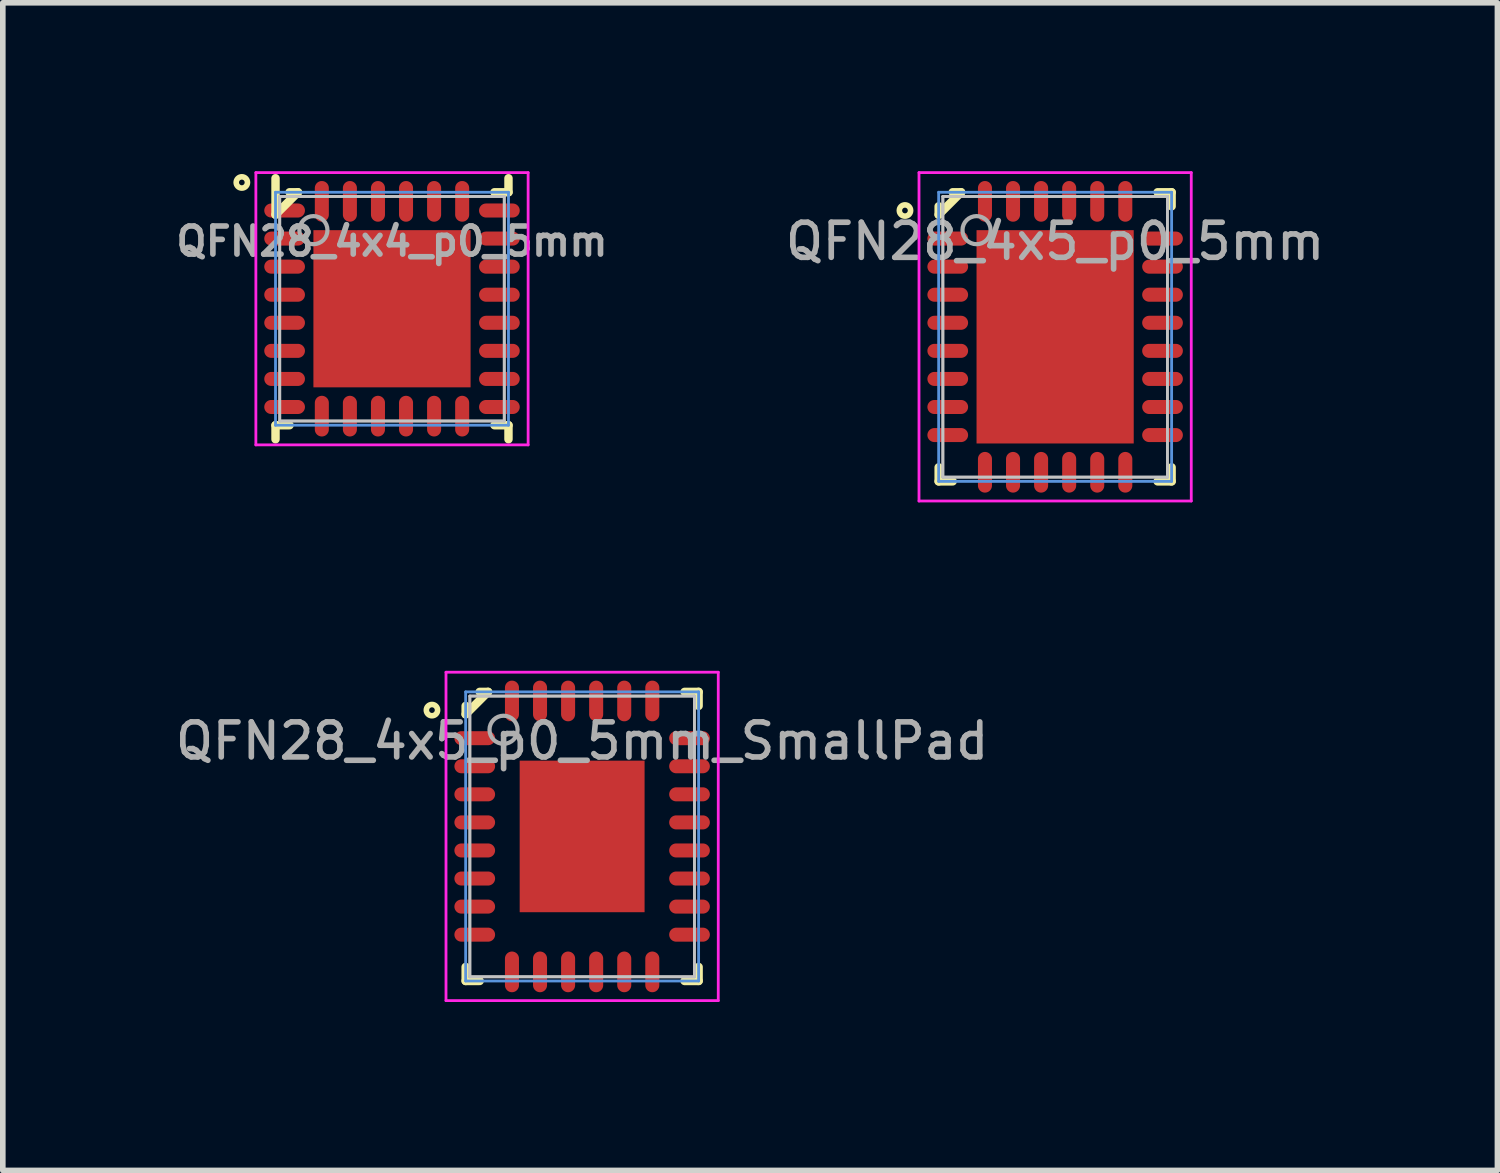
<source format=kicad_pcb>
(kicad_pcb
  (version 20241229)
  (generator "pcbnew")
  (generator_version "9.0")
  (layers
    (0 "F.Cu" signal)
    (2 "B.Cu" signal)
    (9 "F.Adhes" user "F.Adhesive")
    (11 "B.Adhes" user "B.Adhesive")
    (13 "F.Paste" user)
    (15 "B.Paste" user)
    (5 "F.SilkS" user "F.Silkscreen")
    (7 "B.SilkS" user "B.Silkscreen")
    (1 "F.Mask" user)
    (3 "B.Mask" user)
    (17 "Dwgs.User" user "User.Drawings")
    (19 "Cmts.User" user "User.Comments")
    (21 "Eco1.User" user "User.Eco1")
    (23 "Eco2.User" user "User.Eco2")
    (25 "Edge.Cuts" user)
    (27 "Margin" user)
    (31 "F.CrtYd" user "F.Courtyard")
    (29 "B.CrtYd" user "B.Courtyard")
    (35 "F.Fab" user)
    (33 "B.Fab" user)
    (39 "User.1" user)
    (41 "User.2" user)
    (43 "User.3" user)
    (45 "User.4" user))
  (footprint "QFN28_4x4_p0_5mm"
    (layer "F.Cu")
    (at 3.933 2.45)
    (property "Reference" "QFN28_4x4_p0_5mm" (at 0 -1.2 0) (layer "F.Fab") (effects (font (size 0.5 0.5) (thickness 0.1))))
    (attr through_hole)
    (fp_line (start -2.075 -1.675) (end -2.075 -2.325) (stroke (width 0.15) (type solid)) (layer "F.SilkS"))
    (fp_line (start -2.075 -1.675) (end -1.675 -2.075) (stroke (width 0.15) (type solid)) (layer "F.SilkS"))
    (fp_line (start -2.075 2.075) (end -2.075 2.325) (stroke (width 0.15) (type solid)) (layer "F.SilkS"))
    (fp_line (start -2.075 2.075) (end -1.825 2.075) (stroke (width 0.15) (type solid)) (layer "F.SilkS"))
    (fp_line (start -1.825 -2.075) (end -1.675 -2.075) (stroke (width 0.15) (type solid)) (layer "F.SilkS"))
    (fp_line (start 2.075 -2.075) (end 1.825 -2.075) (stroke (width 0.15) (type solid)) (layer "F.SilkS"))
    (fp_line (start 2.075 -2.075) (end 2.075 -2.325) (stroke (width 0.15) (type solid)) (layer "F.SilkS"))
    (fp_line (start 2.075 2.075) (end 1.825 2.075) (stroke (width 0.15) (type solid)) (layer "F.SilkS"))
    (fp_line (start 2.075 2.075) (end 2.075 2.325) (stroke (width 0.15) (type solid)) (layer "F.SilkS"))
    (fp_circle (center -2.675 -2.25) (end -2.604 -2.179) (stroke (width 0.1) (type solid)) (fill no) (layer "F.SilkS"))
    (fp_line (start -2 -2) (end -2 2) (stroke (width 0.05) (type solid)) (layer "Dwgs.User"))
    (fp_line (start -2 -2) (end 2 -2) (stroke (width 0.05) (type solid)) (layer "Dwgs.User"))
    (fp_line (start -2 2) (end 2 2) (stroke (width 0.05) (type solid)) (layer "Dwgs.User"))
    (fp_line (start 2 -2) (end 2 2) (stroke (width 0.05) (type solid)) (layer "Dwgs.User"))
    (fp_line (start -2.075 -2.075) (end -2.075 2.075) (stroke (width 0.05) (type solid)) (layer "Cmts.User"))
    (fp_line (start -2.075 -2.075) (end 2.075 -2.075) (stroke (width 0.05) (type solid)) (layer "Cmts.User"))
    (fp_line (start -2.075 2.075) (end 2.075 2.075) (stroke (width 0.05) (type solid)) (layer "Cmts.User"))
    (fp_line (start 2.075 -2.075) (end 2.075 2.075) (stroke (width 0.05) (type solid)) (layer "Cmts.User"))
    (fp_line (start -1.925 -1.925) (end -1.925 1.925) (stroke (width 0.05) (type solid)) (layer "Eco1.User"))
    (fp_line (start -1.925 -1.925) (end 1.925 -1.925) (stroke (width 0.05) (type solid)) (layer "Eco1.User"))
    (fp_line (start -1.925 1.925) (end 1.925 1.925) (stroke (width 0.05) (type solid)) (layer "Eco1.User"))
    (fp_line (start 1.925 -1.925) (end 1.925 1.925) (stroke (width 0.05) (type solid)) (layer "Eco1.User"))
    (fp_line (start -2.425 -2.425) (end -2.425 2.425) (stroke (width 0.05) (type solid)) (layer "F.CrtYd"))
    (fp_line (start -2.425 -2.425) (end 2.425 -2.425) (stroke (width 0.05) (type solid)) (layer "F.CrtYd"))
    (fp_line (start -2.425 2.425) (end 2.425 2.425) (stroke (width 0.05) (type solid)) (layer "F.CrtYd"))
    (fp_line (start 2.425 -2.425) (end 2.425 2.425) (stroke (width 0.05) (type solid)) (layer "F.CrtYd"))
    (fp_line (start -2 -2) (end -2 2) (stroke (width 0.05) (type solid)) (layer "F.Fab"))
    (fp_line (start -2 -2) (end 2 -2) (stroke (width 0.05) (type solid)) (layer "F.Fab"))
    (fp_line (start -2 2) (end 2 2) (stroke (width 0.05) (type solid)) (layer "F.Fab"))
    (fp_line (start 2 -2) (end 2 2) (stroke (width 0.05) (type solid)) (layer "F.Fab"))
    (fp_circle (center -1.4 -1.4) (end -1.223 -1.223) (stroke (width 0.075) (type solid)) (fill no) (layer "F.Fab"))
    (pad "1" smd oval (at -1.913 -1.75 180) (size 0.725 0.25) (layers "F.Cu" "F.Mask" "F.Paste"))
    (pad "2" smd oval (at -1.913 -1.25 180) (size 0.725 0.25) (layers "F.Cu" "F.Mask" "F.Paste"))
    (pad "3" smd oval (at -1.913 -0.75 180) (size 0.725 0.25) (layers "F.Cu" "F.Mask" "F.Paste"))
    (pad "4" smd oval (at -1.913 -0.25 180) (size 0.725 0.25) (layers "F.Cu" "F.Mask" "F.Paste"))
    (pad "5" smd oval (at -1.913 0.25 180) (size 0.725 0.25) (layers "F.Cu" "F.Mask" "F.Paste"))
    (pad "6" smd oval (at -1.913 0.75 180) (size 0.725 0.25) (layers "F.Cu" "F.Mask" "F.Paste"))
    (pad "7" smd oval (at -1.913 1.25 180) (size 0.725 0.25) (layers "F.Cu" "F.Mask" "F.Paste"))
    (pad "8" smd oval (at -1.913 1.75 180) (size 0.725 0.25) (layers "F.Cu" "F.Mask" "F.Paste"))
    (pad "9" smd oval (at -1.25 1.913 270) (size 0.725 0.25) (layers "F.Cu" "F.Mask" "F.Paste"))
    (pad "10" smd oval (at -0.75 1.913 270) (size 0.725 0.25) (layers "F.Cu" "F.Mask" "F.Paste"))
    (pad "11" smd oval (at -0.25 1.913 270) (size 0.725 0.25) (layers "F.Cu" "F.Mask" "F.Paste"))
    (pad "12" smd oval (at 0.25 1.913 270) (size 0.725 0.25) (layers "F.Cu" "F.Mask" "F.Paste"))
    (pad "13" smd oval (at 0.75 1.913 270) (size 0.725 0.25) (layers "F.Cu" "F.Mask" "F.Paste"))
    (pad "14" smd oval (at 1.25 1.913 270) (size 0.725 0.25) (layers "F.Cu" "F.Mask" "F.Paste"))
    (pad "15" smd oval (at 1.913 1.75) (size 0.725 0.25) (layers "F.Cu" "F.Mask" "F.Paste"))
    (pad "16" smd oval (at 1.913 1.25) (size 0.725 0.25) (layers "F.Cu" "F.Mask" "F.Paste"))
    (pad "17" smd oval (at 1.913 0.75) (size 0.725 0.25) (layers "F.Cu" "F.Mask" "F.Paste"))
    (pad "18" smd oval (at 1.913 0.25) (size 0.725 0.25) (layers "F.Cu" "F.Mask" "F.Paste"))
    (pad "19" smd oval (at 1.913 -0.25) (size 0.725 0.25) (layers "F.Cu" "F.Mask" "F.Paste"))
    (pad "20" smd oval (at 1.913 -0.75) (size 0.725 0.25) (layers "F.Cu" "F.Mask" "F.Paste"))
    (pad "21" smd oval (at 1.913 -1.25) (size 0.725 0.25) (layers "F.Cu" "F.Mask" "F.Paste"))
    (pad "22" smd oval (at 1.913 -1.75) (size 0.725 0.25) (layers "F.Cu" "F.Mask" "F.Paste"))
    (pad "23" smd oval (at 1.25 -1.913 90) (size 0.725 0.25) (layers "F.Cu" "F.Mask" "F.Paste"))
    (pad "24" smd oval (at 0.75 -1.913 90) (size 0.725 0.25) (layers "F.Cu" "F.Mask" "F.Paste"))
    (pad "25" smd oval (at 0.25 -1.913 90) (size 0.725 0.25) (layers "F.Cu" "F.Mask" "F.Paste"))
    (pad "26" smd oval (at -0.25 -1.913 90) (size 0.725 0.25) (layers "F.Cu" "F.Mask" "F.Paste"))
    (pad "27" smd oval (at -0.75 -1.913 90) (size 0.725 0.25) (layers "F.Cu" "F.Mask" "F.Paste"))
    (pad "28" smd oval (at -1.25 -1.913 90) (size 0.725 0.25) (layers "F.Cu" "F.Mask" "F.Paste"))
    (pad "29" smd rect (at 0 0) (size 2.8 2.8) (layers "F.Cu" "F.Mask" "F.Paste")))
  (footprint "QFN28_4x5_p0_5mm"
    (layer "F.Cu")
    (at 15.746 2.95)
    (property "Reference" "QFN28_4x5_p0_5mm" (at 0 -1.7 0) (layer "F.Fab") (effects (font (size 0.625 0.625) (thickness 0.1))))
    (attr through_hole)
    (fp_line (start -2.075 -2.175) (end -2.075 -2.325) (stroke (width 0.15) (type solid)) (layer "F.SilkS"))
    (fp_line (start -2.075 -2.175) (end -1.675 -2.575) (stroke (width 0.15) (type solid)) (layer "F.SilkS"))
    (fp_line (start -2.075 2.575) (end -2.075 2.325) (stroke (width 0.15) (type solid)) (layer "F.SilkS"))
    (fp_line (start -2.075 2.575) (end -1.825 2.575) (stroke (width 0.15) (type solid)) (layer "F.SilkS"))
    (fp_line (start -1.825 -2.575) (end -1.675 -2.575) (stroke (width 0.15) (type solid)) (layer "F.SilkS"))
    (fp_line (start 2.075 -2.575) (end 1.825 -2.575) (stroke (width 0.15) (type solid)) (layer "F.SilkS"))
    (fp_line (start 2.075 -2.575) (end 2.075 -2.325) (stroke (width 0.15) (type solid)) (layer "F.SilkS"))
    (fp_line (start 2.075 2.575) (end 1.825 2.575) (stroke (width 0.15) (type solid)) (layer "F.SilkS"))
    (fp_line (start 2.075 2.575) (end 2.075 2.325) (stroke (width 0.15) (type solid)) (layer "F.SilkS"))
    (fp_circle (center -2.675 -2.25) (end -2.604 -2.179) (stroke (width 0.1) (type solid)) (fill no) (layer "F.SilkS"))
    (fp_line (start -2 -2.5) (end -2 2.5) (stroke (width 0.05) (type solid)) (layer "Dwgs.User"))
    (fp_line (start -2 -2.5) (end 2 -2.5) (stroke (width 0.05) (type solid)) (layer "Dwgs.User"))
    (fp_line (start -2 2.5) (end 2 2.5) (stroke (width 0.05) (type solid)) (layer "Dwgs.User"))
    (fp_line (start 2 -2.5) (end 2 2.5) (stroke (width 0.05) (type solid)) (layer "Dwgs.User"))
    (fp_line (start -2.075 -2.575) (end -2.075 2.575) (stroke (width 0.05) (type solid)) (layer "Cmts.User"))
    (fp_line (start -2.075 -2.575) (end 2.075 -2.575) (stroke (width 0.05) (type solid)) (layer "Cmts.User"))
    (fp_line (start -2.075 2.575) (end 2.075 2.575) (stroke (width 0.05) (type solid)) (layer "Cmts.User"))
    (fp_line (start 2.075 -2.575) (end 2.075 2.575) (stroke (width 0.05) (type solid)) (layer "Cmts.User"))
    (fp_line (start -1.925 -2.425) (end -1.925 2.425) (stroke (width 0.05) (type solid)) (layer "Eco1.User"))
    (fp_line (start -1.925 -2.425) (end 1.925 -2.425) (stroke (width 0.05) (type solid)) (layer "Eco1.User"))
    (fp_line (start -1.925 2.425) (end 1.925 2.425) (stroke (width 0.05) (type solid)) (layer "Eco1.User"))
    (fp_line (start 1.925 -2.425) (end 1.925 2.425) (stroke (width 0.05) (type solid)) (layer "Eco1.User"))
    (fp_line (start -2.425 -2.925) (end -2.425 2.925) (stroke (width 0.05) (type solid)) (layer "F.CrtYd"))
    (fp_line (start -2.425 -2.925) (end 2.425 -2.925) (stroke (width 0.05) (type solid)) (layer "F.CrtYd"))
    (fp_line (start -2.425 2.925) (end 2.425 2.925) (stroke (width 0.05) (type solid)) (layer "F.CrtYd"))
    (fp_line (start 2.425 -2.925) (end 2.425 2.925) (stroke (width 0.05) (type solid)) (layer "F.CrtYd"))
    (fp_line (start -2 -2.5) (end -2 2.5) (stroke (width 0.05) (type solid)) (layer "F.Fab"))
    (fp_line (start -2 -2.5) (end 2 -2.5) (stroke (width 0.05) (type solid)) (layer "F.Fab"))
    (fp_line (start -2 2.5) (end 2 2.5) (stroke (width 0.05) (type solid)) (layer "F.Fab"))
    (fp_line (start 2 -2.5) (end 2 2.5) (stroke (width 0.05) (type solid)) (layer "F.Fab"))
    (fp_circle (center -1.4 -1.9) (end -1.223 -1.723) (stroke (width 0.075) (type solid)) (fill no) (layer "F.Fab"))
    (pad "1" smd oval (at -1.913 -1.75 180) (size 0.725 0.25) (layers "F.Cu" "F.Mask" "F.Paste"))
    (pad "2" smd oval (at -1.913 -1.25 180) (size 0.725 0.25) (layers "F.Cu" "F.Mask" "F.Paste"))
    (pad "3" smd oval (at -1.913 -0.75 180) (size 0.725 0.25) (layers "F.Cu" "F.Mask" "F.Paste"))
    (pad "4" smd oval (at -1.913 -0.25 180) (size 0.725 0.25) (layers "F.Cu" "F.Mask" "F.Paste"))
    (pad "5" smd oval (at -1.913 0.25 180) (size 0.725 0.25) (layers "F.Cu" "F.Mask" "F.Paste"))
    (pad "6" smd oval (at -1.913 0.75 180) (size 0.725 0.25) (layers "F.Cu" "F.Mask" "F.Paste"))
    (pad "7" smd oval (at -1.913 1.25 180) (size 0.725 0.25) (layers "F.Cu" "F.Mask" "F.Paste"))
    (pad "8" smd oval (at -1.913 1.75 180) (size 0.725 0.25) (layers "F.Cu" "F.Mask" "F.Paste"))
    (pad "9" smd oval (at -1.25 2.413 270) (size 0.725 0.25) (layers "F.Cu" "F.Mask" "F.Paste"))
    (pad "10" smd oval (at -0.75 2.413 270) (size 0.725 0.25) (layers "F.Cu" "F.Mask" "F.Paste"))
    (pad "11" smd oval (at -0.25 2.413 270) (size 0.725 0.25) (layers "F.Cu" "F.Mask" "F.Paste"))
    (pad "12" smd oval (at 0.25 2.413 270) (size 0.725 0.25) (layers "F.Cu" "F.Mask" "F.Paste"))
    (pad "13" smd oval (at 0.75 2.413 270) (size 0.725 0.25) (layers "F.Cu" "F.Mask" "F.Paste"))
    (pad "14" smd oval (at 1.25 2.413 270) (size 0.725 0.25) (layers "F.Cu" "F.Mask" "F.Paste"))
    (pad "15" smd oval (at 1.913 1.75) (size 0.725 0.25) (layers "F.Cu" "F.Mask" "F.Paste"))
    (pad "16" smd oval (at 1.913 1.25) (size 0.725 0.25) (layers "F.Cu" "F.Mask" "F.Paste"))
    (pad "17" smd oval (at 1.913 0.75) (size 0.725 0.25) (layers "F.Cu" "F.Mask" "F.Paste"))
    (pad "18" smd oval (at 1.913 0.25) (size 0.725 0.25) (layers "F.Cu" "F.Mask" "F.Paste"))
    (pad "19" smd oval (at 1.913 -0.25) (size 0.725 0.25) (layers "F.Cu" "F.Mask" "F.Paste"))
    (pad "20" smd oval (at 1.913 -0.75) (size 0.725 0.25) (layers "F.Cu" "F.Mask" "F.Paste"))
    (pad "21" smd oval (at 1.913 -1.25) (size 0.725 0.25) (layers "F.Cu" "F.Mask" "F.Paste"))
    (pad "22" smd oval (at 1.913 -1.75) (size 0.725 0.25) (layers "F.Cu" "F.Mask" "F.Paste"))
    (pad "23" smd oval (at 1.25 -2.413 90) (size 0.725 0.25) (layers "F.Cu" "F.Mask" "F.Paste"))
    (pad "24" smd oval (at 0.75 -2.413 90) (size 0.725 0.25) (layers "F.Cu" "F.Mask" "F.Paste"))
    (pad "25" smd oval (at 0.25 -2.413 90) (size 0.725 0.25) (layers "F.Cu" "F.Mask" "F.Paste"))
    (pad "26" smd oval (at -0.25 -2.413 90) (size 0.725 0.25) (layers "F.Cu" "F.Mask" "F.Paste"))
    (pad "27" smd oval (at -0.75 -2.413 90) (size 0.725 0.25) (layers "F.Cu" "F.Mask" "F.Paste"))
    (pad "28" smd oval (at -1.25 -2.413 90) (size 0.725 0.25) (layers "F.Cu" "F.Mask" "F.Paste"))
    (pad "29" smd rect (at 0 0) (size 2.8 3.8) (layers "F.Cu" "F.Mask" "F.Paste")))
  (footprint "QFN28_4x5_p0_5mm_SmallPad"
    (layer "F.Cu")
    (at 7.32 11.85)
    (property "Reference" "QFN28_4x5_p0_5mm_SmallPad" (at 0 -1.7 0) (layer "F.Fab") (effects (font (size 0.625 0.625) (thickness 0.1))))
    (attr through_hole)
    (fp_line (start -2.075 -2.175) (end -2.075 -2.325) (stroke (width 0.15) (type solid)) (layer "F.SilkS"))
    (fp_line (start -2.075 -2.175) (end -1.675 -2.575) (stroke (width 0.15) (type solid)) (layer "F.SilkS"))
    (fp_line (start -2.075 2.575) (end -2.075 2.325) (stroke (width 0.15) (type solid)) (layer "F.SilkS"))
    (fp_line (start -2.075 2.575) (end -1.825 2.575) (stroke (width 0.15) (type solid)) (layer "F.SilkS"))
    (fp_line (start -1.825 -2.575) (end -1.675 -2.575) (stroke (width 0.15) (type solid)) (layer "F.SilkS"))
    (fp_line (start 2.075 -2.575) (end 1.825 -2.575) (stroke (width 0.15) (type solid)) (layer "F.SilkS"))
    (fp_line (start 2.075 -2.575) (end 2.075 -2.325) (stroke (width 0.15) (type solid)) (layer "F.SilkS"))
    (fp_line (start 2.075 2.575) (end 1.825 2.575) (stroke (width 0.15) (type solid)) (layer "F.SilkS"))
    (fp_line (start 2.075 2.575) (end 2.075 2.325) (stroke (width 0.15) (type solid)) (layer "F.SilkS"))
    (fp_circle (center -2.675 -2.25) (end -2.604 -2.179) (stroke (width 0.1) (type solid)) (fill no) (layer "F.SilkS"))
    (fp_line (start -2 -2.5) (end -2 2.5) (stroke (width 0.05) (type solid)) (layer "Dwgs.User"))
    (fp_line (start -2 -2.5) (end 2 -2.5) (stroke (width 0.05) (type solid)) (layer "Dwgs.User"))
    (fp_line (start -2 2.5) (end 2 2.5) (stroke (width 0.05) (type solid)) (layer "Dwgs.User"))
    (fp_line (start 2 -2.5) (end 2 2.5) (stroke (width 0.05) (type solid)) (layer "Dwgs.User"))
    (fp_line (start -2.075 -2.575) (end -2.075 2.575) (stroke (width 0.05) (type solid)) (layer "Cmts.User"))
    (fp_line (start -2.075 -2.575) (end 2.075 -2.575) (stroke (width 0.05) (type solid)) (layer "Cmts.User"))
    (fp_line (start -2.075 2.575) (end 2.075 2.575) (stroke (width 0.05) (type solid)) (layer "Cmts.User"))
    (fp_line (start 2.075 -2.575) (end 2.075 2.575) (stroke (width 0.05) (type solid)) (layer "Cmts.User"))
    (fp_line (start -1.925 -2.425) (end -1.925 2.425) (stroke (width 0.05) (type solid)) (layer "Eco1.User"))
    (fp_line (start -1.925 -2.425) (end 1.925 -2.425) (stroke (width 0.05) (type solid)) (layer "Eco1.User"))
    (fp_line (start -1.925 2.425) (end 1.925 2.425) (stroke (width 0.05) (type solid)) (layer "Eco1.User"))
    (fp_line (start 1.925 -2.425) (end 1.925 2.425) (stroke (width 0.05) (type solid)) (layer "Eco1.User"))
    (fp_line (start -2.425 -2.925) (end -2.425 2.925) (stroke (width 0.05) (type solid)) (layer "F.CrtYd"))
    (fp_line (start -2.425 -2.925) (end 2.425 -2.925) (stroke (width 0.05) (type solid)) (layer "F.CrtYd"))
    (fp_line (start -2.425 2.925) (end 2.425 2.925) (stroke (width 0.05) (type solid)) (layer "F.CrtYd"))
    (fp_line (start 2.425 -2.925) (end 2.425 2.925) (stroke (width 0.05) (type solid)) (layer "F.CrtYd"))
    (fp_line (start -2 -2.5) (end -2 2.5) (stroke (width 0.05) (type solid)) (layer "F.Fab"))
    (fp_line (start -2 -2.5) (end 2 -2.5) (stroke (width 0.05) (type solid)) (layer "F.Fab"))
    (fp_line (start -2 2.5) (end 2 2.5) (stroke (width 0.05) (type solid)) (layer "F.Fab"))
    (fp_line (start 2 -2.5) (end 2 2.5) (stroke (width 0.05) (type solid)) (layer "F.Fab"))
    (fp_circle (center -1.4 -1.9) (end -1.223 -1.723) (stroke (width 0.075) (type solid)) (fill no) (layer "F.Fab"))
    (pad "1" smd oval (at -1.913 -1.75 180) (size 0.725 0.25) (layers "F.Cu" "F.Mask" "F.Paste"))
    (pad "2" smd oval (at -1.913 -1.25 180) (size 0.725 0.25) (layers "F.Cu" "F.Mask" "F.Paste"))
    (pad "3" smd oval (at -1.913 -0.75 180) (size 0.725 0.25) (layers "F.Cu" "F.Mask" "F.Paste"))
    (pad "4" smd oval (at -1.913 -0.25 180) (size 0.725 0.25) (layers "F.Cu" "F.Mask" "F.Paste"))
    (pad "5" smd oval (at -1.913 0.25 180) (size 0.725 0.25) (layers "F.Cu" "F.Mask" "F.Paste"))
    (pad "6" smd oval (at -1.913 0.75 180) (size 0.725 0.25) (layers "F.Cu" "F.Mask" "F.Paste"))
    (pad "7" smd oval (at -1.913 1.25 180) (size 0.725 0.25) (layers "F.Cu" "F.Mask" "F.Paste"))
    (pad "8" smd oval (at -1.913 1.75 180) (size 0.725 0.25) (layers "F.Cu" "F.Mask" "F.Paste"))
    (pad "9" smd oval (at -1.25 2.413 270) (size 0.725 0.25) (layers "F.Cu" "F.Mask" "F.Paste"))
    (pad "10" smd oval (at -0.75 2.413 270) (size 0.725 0.25) (layers "F.Cu" "F.Mask" "F.Paste"))
    (pad "11" smd oval (at -0.25 2.413 270) (size 0.725 0.25) (layers "F.Cu" "F.Mask" "F.Paste"))
    (pad "12" smd oval (at 0.25 2.413 270) (size 0.725 0.25) (layers "F.Cu" "F.Mask" "F.Paste"))
    (pad "13" smd oval (at 0.75 2.413 270) (size 0.725 0.25) (layers "F.Cu" "F.Mask" "F.Paste"))
    (pad "14" smd oval (at 1.25 2.413 270) (size 0.725 0.25) (layers "F.Cu" "F.Mask" "F.Paste"))
    (pad "15" smd oval (at 1.913 1.75) (size 0.725 0.25) (layers "F.Cu" "F.Mask" "F.Paste"))
    (pad "16" smd oval (at 1.913 1.25) (size 0.725 0.25) (layers "F.Cu" "F.Mask" "F.Paste"))
    (pad "17" smd oval (at 1.913 0.75) (size 0.725 0.25) (layers "F.Cu" "F.Mask" "F.Paste"))
    (pad "18" smd oval (at 1.913 0.25) (size 0.725 0.25) (layers "F.Cu" "F.Mask" "F.Paste"))
    (pad "19" smd oval (at 1.913 -0.25) (size 0.725 0.25) (layers "F.Cu" "F.Mask" "F.Paste"))
    (pad "20" smd oval (at 1.913 -0.75) (size 0.725 0.25) (layers "F.Cu" "F.Mask" "F.Paste"))
    (pad "21" smd oval (at 1.913 -1.25) (size 0.725 0.25) (layers "F.Cu" "F.Mask" "F.Paste"))
    (pad "22" smd oval (at 1.913 -1.75) (size 0.725 0.25) (layers "F.Cu" "F.Mask" "F.Paste"))
    (pad "23" smd oval (at 1.25 -2.413 90) (size 0.725 0.25) (layers "F.Cu" "F.Mask" "F.Paste"))
    (pad "24" smd oval (at 0.75 -2.413 90) (size 0.725 0.25) (layers "F.Cu" "F.Mask" "F.Paste"))
    (pad "25" smd oval (at 0.25 -2.413 90) (size 0.725 0.25) (layers "F.Cu" "F.Mask" "F.Paste"))
    (pad "26" smd oval (at -0.25 -2.413 90) (size 0.725 0.25) (layers "F.Cu" "F.Mask" "F.Paste"))
    (pad "27" smd oval (at -0.75 -2.413 90) (size 0.725 0.25) (layers "F.Cu" "F.Mask" "F.Paste"))
    (pad "28" smd oval (at -1.25 -2.413 90) (size 0.725 0.25) (layers "F.Cu" "F.Mask" "F.Paste"))
    (pad "29" smd rect (at 0 0) (size 2.225 2.7) (layers "F.Cu" "F.Mask" "F.Paste")))
  (gr_rect
    (start -3 -3)
    (end 23.625 17.8)
    (stroke (width 0.1) (type default))
    (fill no)
    (layer "Edge.Cuts")))
</source>
